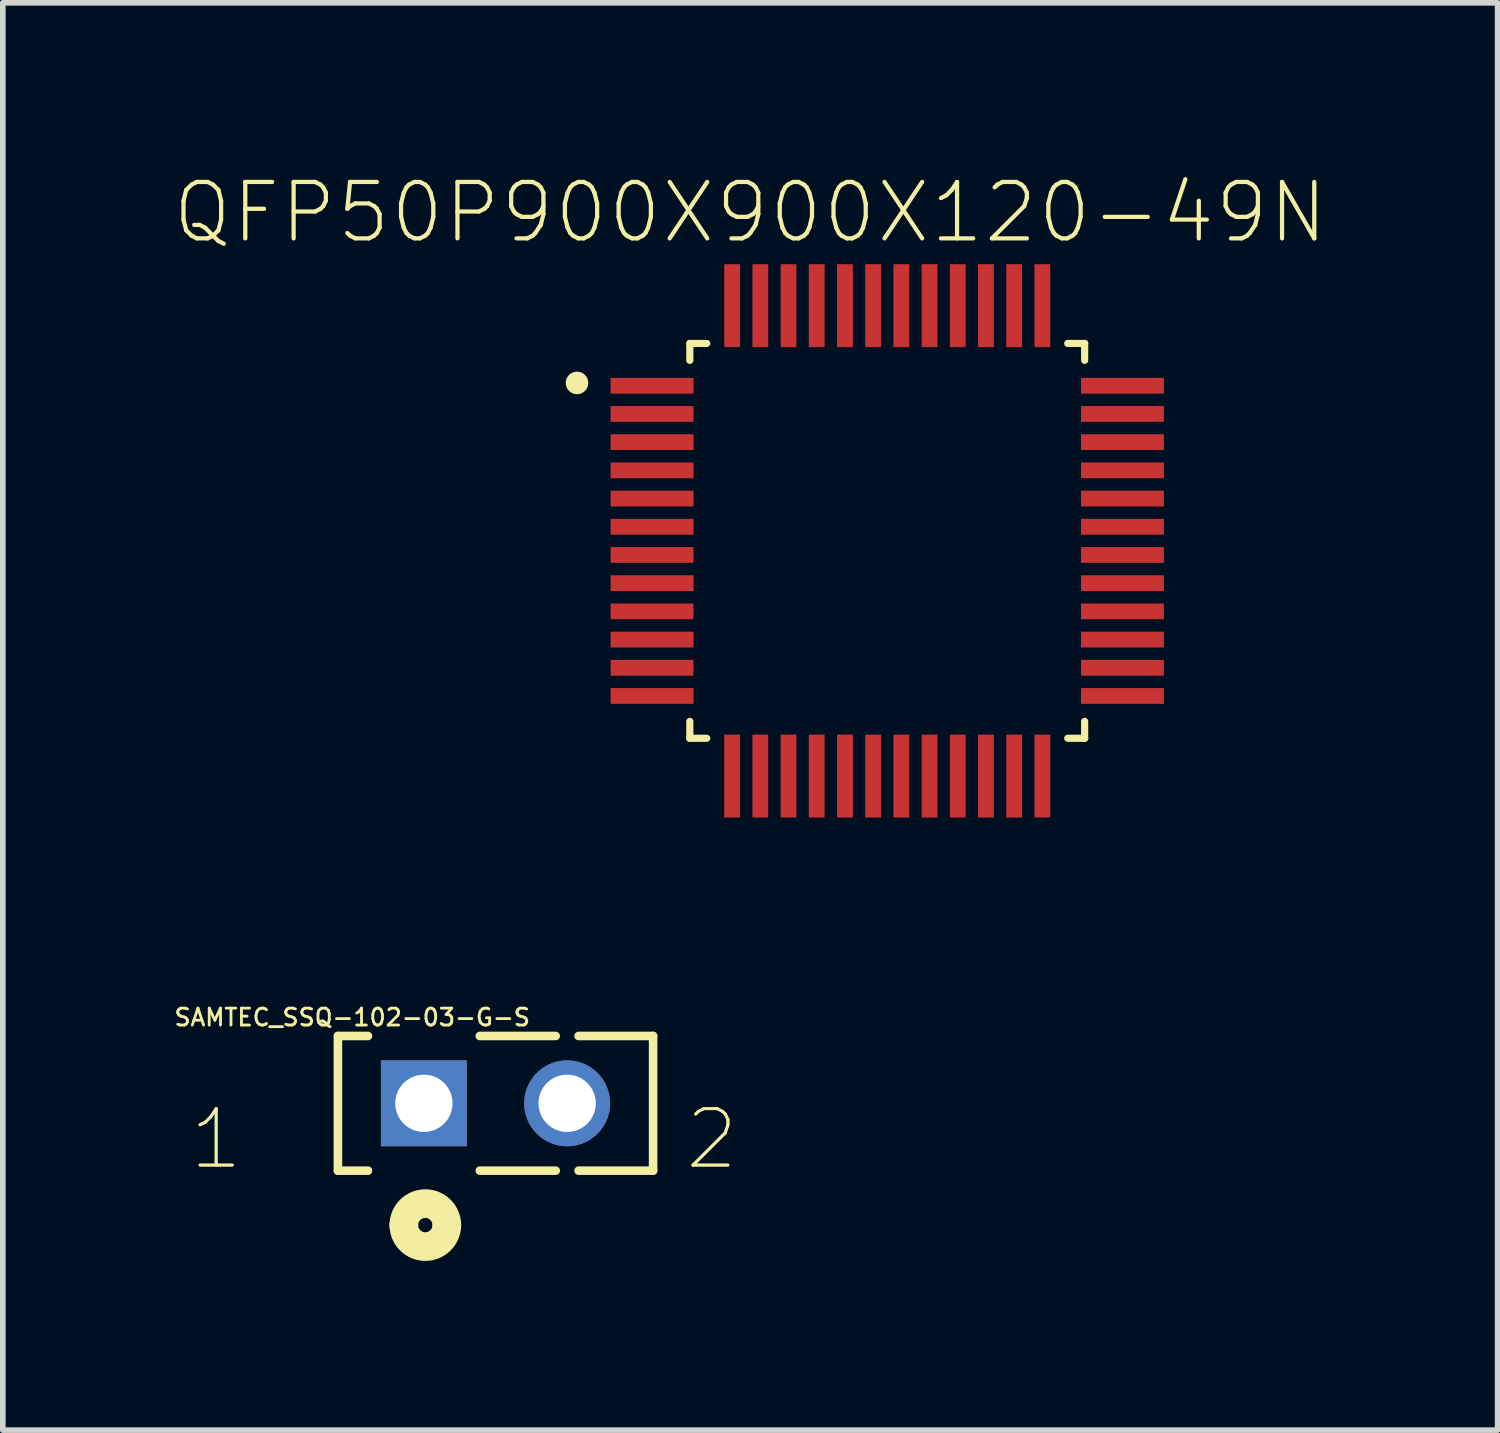
<source format=kicad_pcb>
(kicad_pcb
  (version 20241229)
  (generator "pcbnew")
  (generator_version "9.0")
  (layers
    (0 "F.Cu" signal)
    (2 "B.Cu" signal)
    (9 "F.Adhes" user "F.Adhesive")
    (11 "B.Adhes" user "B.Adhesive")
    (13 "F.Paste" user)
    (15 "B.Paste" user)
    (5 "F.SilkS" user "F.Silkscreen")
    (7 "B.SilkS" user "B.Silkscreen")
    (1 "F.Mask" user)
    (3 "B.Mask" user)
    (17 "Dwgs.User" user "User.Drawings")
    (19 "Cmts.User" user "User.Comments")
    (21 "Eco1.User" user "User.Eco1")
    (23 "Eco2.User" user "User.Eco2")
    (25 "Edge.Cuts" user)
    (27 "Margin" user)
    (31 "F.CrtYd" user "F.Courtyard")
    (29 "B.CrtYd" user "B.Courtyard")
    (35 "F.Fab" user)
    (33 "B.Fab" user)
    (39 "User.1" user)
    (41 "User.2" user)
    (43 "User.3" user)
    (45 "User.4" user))
  (footprint "QFP50P900X900X120-49N"
    (layer "F.Cu")
    (at 12.68 6.539)
    (property "Reference" "QFP50P900X900X120-49N" (at -2.429 -5.822 0) (layer "F.SilkS") (effects (font (size 1 1) (thickness 0.075))))
    (attr smd)
    (fp_line (start -3.5 -3.5) (end -3.2 -3.5) (stroke (width 0.127) (type solid)) (layer "F.SilkS"))
    (fp_line (start -3.5 -3.2) (end -3.5 -3.5) (stroke (width 0.127) (type solid)) (layer "F.SilkS"))
    (fp_line (start -3.5 3.5) (end -3.5 3.2) (stroke (width 0.127) (type solid)) (layer "F.SilkS"))
    (fp_line (start -3.2 3.5) (end -3.5 3.5) (stroke (width 0.127) (type solid)) (layer "F.SilkS"))
    (fp_line (start 3.2 -3.5) (end 3.5 -3.5) (stroke (width 0.127) (type solid)) (layer "F.SilkS"))
    (fp_line (start 3.5 -3.5) (end 3.5 -3.2) (stroke (width 0.127) (type solid)) (layer "F.SilkS"))
    (fp_line (start 3.5 3.2) (end 3.5 3.5) (stroke (width 0.127) (type solid)) (layer "F.SilkS"))
    (fp_line (start 3.5 3.5) (end 3.2 3.5) (stroke (width 0.127) (type solid)) (layer "F.SilkS"))
    (fp_circle (center -5.5 -2.8) (end -5.4 -2.8) (stroke (width 0.2) (type solid)) (fill no) (layer "F.SilkS"))
    (fp_line (start -5.16 -3.14) (end -3.75 -3.14) (stroke (width 0.05) (type solid)) (layer "Eco1.User"))
    (fp_line (start -5.16 3.14) (end -5.16 -3.14) (stroke (width 0.05) (type solid)) (layer "Eco1.User"))
    (fp_line (start -3.75 -3.75) (end -3.14 -3.75) (stroke (width 0.05) (type solid)) (layer "Eco1.User"))
    (fp_line (start -3.75 -3.14) (end -3.75 -3.75) (stroke (width 0.05) (type solid)) (layer "Eco1.User"))
    (fp_line (start -3.75 3.14) (end -5.16 3.14) (stroke (width 0.05) (type solid)) (layer "Eco1.User"))
    (fp_line (start -3.75 3.75) (end -3.75 3.14) (stroke (width 0.05) (type solid)) (layer "Eco1.User"))
    (fp_line (start -3.14 -5.16) (end 3.14 -5.16) (stroke (width 0.05) (type solid)) (layer "Eco1.User"))
    (fp_line (start -3.14 -3.75) (end -3.14 -5.16) (stroke (width 0.05) (type solid)) (layer "Eco1.User"))
    (fp_line (start -3.14 3.75) (end -3.75 3.75) (stroke (width 0.05) (type solid)) (layer "Eco1.User"))
    (fp_line (start -3.14 5.16) (end -3.14 3.75) (stroke (width 0.05) (type solid)) (layer "Eco1.User"))
    (fp_line (start 3.14 -5.16) (end 3.14 -3.75) (stroke (width 0.05) (type solid)) (layer "Eco1.User"))
    (fp_line (start 3.14 -3.75) (end 3.75 -3.75) (stroke (width 0.05) (type solid)) (layer "Eco1.User"))
    (fp_line (start 3.14 3.75) (end 3.14 5.16) (stroke (width 0.05) (type solid)) (layer "Eco1.User"))
    (fp_line (start 3.14 5.16) (end -3.14 5.16) (stroke (width 0.05) (type solid)) (layer "Eco1.User"))
    (fp_line (start 3.75 -3.75) (end 3.75 -3.14) (stroke (width 0.05) (type solid)) (layer "Eco1.User"))
    (fp_line (start 3.75 -3.14) (end 5.16 -3.14) (stroke (width 0.05) (type solid)) (layer "Eco1.User"))
    (fp_line (start 3.75 3.14) (end 3.75 3.75) (stroke (width 0.05) (type solid)) (layer "Eco1.User"))
    (fp_line (start 3.75 3.75) (end 3.14 3.75) (stroke (width 0.05) (type solid)) (layer "Eco1.User"))
    (fp_line (start 5.16 -3.14) (end 5.16 3.14) (stroke (width 0.05) (type solid)) (layer "Eco1.User"))
    (fp_line (start 5.16 3.14) (end 3.75 3.14) (stroke (width 0.05) (type solid)) (layer "Eco1.User"))
    (fp_line (start -3.5 -3.5) (end 3.5 -3.5) (stroke (width 0.127) (type solid)) (layer "Eco2.User"))
    (fp_line (start -3.5 3.5) (end -3.5 -3.5) (stroke (width 0.127) (type solid)) (layer "Eco2.User"))
    (fp_line (start 3.5 -3.5) (end 3.5 3.5) (stroke (width 0.127) (type solid)) (layer "Eco2.User"))
    (fp_line (start 3.5 3.5) (end -3.5 3.5) (stroke (width 0.127) (type solid)) (layer "Eco2.User"))
    (fp_circle (center -5.5 -2.8) (end -5.4 -2.8) (stroke (width 0.2) (type solid)) (fill no) (layer "Eco2.User"))
    (pad "1" smd rect (at -4.17 -2.75) (size 1.47 0.28) (layers "F.Cu" "F.Mask" "F.Paste"))
    (pad "2" smd rect (at -4.17 -2.25) (size 1.47 0.28) (layers "F.Cu" "F.Mask" "F.Paste"))
    (pad "3" smd rect (at -4.17 -1.75) (size 1.47 0.28) (layers "F.Cu" "F.Mask" "F.Paste"))
    (pad "4" smd rect (at -4.17 -1.25) (size 1.47 0.28) (layers "F.Cu" "F.Mask" "F.Paste"))
    (pad "5" smd rect (at -4.17 -0.75) (size 1.47 0.28) (layers "F.Cu" "F.Mask" "F.Paste"))
    (pad "6" smd rect (at -4.17 -0.25) (size 1.47 0.28) (layers "F.Cu" "F.Mask" "F.Paste"))
    (pad "7" smd rect (at -4.17 0.25) (size 1.47 0.28) (layers "F.Cu" "F.Mask" "F.Paste"))
    (pad "8" smd rect (at -4.17 0.75) (size 1.47 0.28) (layers "F.Cu" "F.Mask" "F.Paste"))
    (pad "9" smd rect (at -4.17 1.25) (size 1.47 0.28) (layers "F.Cu" "F.Mask" "F.Paste"))
    (pad "10" smd rect (at -4.17 1.75) (size 1.47 0.28) (layers "F.Cu" "F.Mask" "F.Paste"))
    (pad "11" smd rect (at -4.17 2.25) (size 1.47 0.28) (layers "F.Cu" "F.Mask" "F.Paste"))
    (pad "12" smd rect (at -4.17 2.75) (size 1.47 0.28) (layers "F.Cu" "F.Mask" "F.Paste"))
    (pad "13" smd rect (at -2.75 4.17 90) (size 1.47 0.28) (layers "F.Cu" "F.Mask" "F.Paste"))
    (pad "14" smd rect (at -2.25 4.17 90) (size 1.47 0.28) (layers "F.Cu" "F.Mask" "F.Paste"))
    (pad "15" smd rect (at -1.75 4.17 90) (size 1.47 0.28) (layers "F.Cu" "F.Mask" "F.Paste"))
    (pad "16" smd rect (at -1.25 4.17 90) (size 1.47 0.28) (layers "F.Cu" "F.Mask" "F.Paste"))
    (pad "17" smd rect (at -0.75 4.17 90) (size 1.47 0.28) (layers "F.Cu" "F.Mask" "F.Paste"))
    (pad "18" smd rect (at -0.25 4.17 90) (size 1.47 0.28) (layers "F.Cu" "F.Mask" "F.Paste"))
    (pad "19" smd rect (at 0.25 4.17 90) (size 1.47 0.28) (layers "F.Cu" "F.Mask" "F.Paste"))
    (pad "20" smd rect (at 0.75 4.17 90) (size 1.47 0.28) (layers "F.Cu" "F.Mask" "F.Paste"))
    (pad "21" smd rect (at 1.25 4.17 90) (size 1.47 0.28) (layers "F.Cu" "F.Mask" "F.Paste"))
    (pad "22" smd rect (at 1.75 4.17 90) (size 1.47 0.28) (layers "F.Cu" "F.Mask" "F.Paste"))
    (pad "23" smd rect (at 2.25 4.17 90) (size 1.47 0.28) (layers "F.Cu" "F.Mask" "F.Paste"))
    (pad "24" smd rect (at 2.75 4.17 90) (size 1.47 0.28) (layers "F.Cu" "F.Mask" "F.Paste"))
    (pad "25" smd rect (at 4.17 2.75 180) (size 1.47 0.28) (layers "F.Cu" "F.Mask" "F.Paste"))
    (pad "26" smd rect (at 4.17 2.25 180) (size 1.47 0.28) (layers "F.Cu" "F.Mask" "F.Paste"))
    (pad "27" smd rect (at 4.17 1.75 180) (size 1.47 0.28) (layers "F.Cu" "F.Mask" "F.Paste"))
    (pad "28" smd rect (at 4.17 1.25 180) (size 1.47 0.28) (layers "F.Cu" "F.Mask" "F.Paste"))
    (pad "29" smd rect (at 4.17 0.75 180) (size 1.47 0.28) (layers "F.Cu" "F.Mask" "F.Paste"))
    (pad "30" smd rect (at 4.17 0.25 180) (size 1.47 0.28) (layers "F.Cu" "F.Mask" "F.Paste"))
    (pad "31" smd rect (at 4.17 -0.25 180) (size 1.47 0.28) (layers "F.Cu" "F.Mask" "F.Paste"))
    (pad "32" smd rect (at 4.17 -0.75 180) (size 1.47 0.28) (layers "F.Cu" "F.Mask" "F.Paste"))
    (pad "33" smd rect (at 4.17 -1.25 180) (size 1.47 0.28) (layers "F.Cu" "F.Mask" "F.Paste"))
    (pad "34" smd rect (at 4.17 -1.75 180) (size 1.47 0.28) (layers "F.Cu" "F.Mask" "F.Paste"))
    (pad "35" smd rect (at 4.17 -2.25 180) (size 1.47 0.28) (layers "F.Cu" "F.Mask" "F.Paste"))
    (pad "36" smd rect (at 4.17 -2.75 180) (size 1.47 0.28) (layers "F.Cu" "F.Mask" "F.Paste"))
    (pad "37" smd rect (at 2.75 -4.17 270) (size 1.47 0.28) (layers "F.Cu" "F.Mask" "F.Paste"))
    (pad "38" smd rect (at 2.25 -4.17 270) (size 1.47 0.28) (layers "F.Cu" "F.Mask" "F.Paste"))
    (pad "39" smd rect (at 1.75 -4.17 270) (size 1.47 0.28) (layers "F.Cu" "F.Mask" "F.Paste"))
    (pad "40" smd rect (at 1.25 -4.17 270) (size 1.47 0.28) (layers "F.Cu" "F.Mask" "F.Paste"))
    (pad "41" smd rect (at 0.75 -4.17 270) (size 1.47 0.28) (layers "F.Cu" "F.Mask" "F.Paste"))
    (pad "42" smd rect (at 0.25 -4.17 270) (size 1.47 0.28) (layers "F.Cu" "F.Mask" "F.Paste"))
    (pad "43" smd rect (at -0.25 -4.17 270) (size 1.47 0.28) (layers "F.Cu" "F.Mask" "F.Paste"))
    (pad "44" smd rect (at -0.75 -4.17 270) (size 1.47 0.28) (layers "F.Cu" "F.Mask" "F.Paste"))
    (pad "45" smd rect (at -1.25 -4.17 270) (size 1.47 0.28) (layers "F.Cu" "F.Mask" "F.Paste"))
    (pad "46" smd rect (at -1.75 -4.17 270) (size 1.47 0.28) (layers "F.Cu" "F.Mask" "F.Paste"))
    (pad "47" smd rect (at -2.25 -4.17 270) (size 1.47 0.28) (layers "F.Cu" "F.Mask" "F.Paste"))
    (pad "48" smd rect (at -2.75 -4.17 270) (size 1.47 0.28) (layers "F.Cu" "F.Mask" "F.Paste")))
  (footprint "SAMTEC_SSQ-102-03-G-S"
    (layer "F.Cu")
    (at 7.005 16.511)
    (property "Reference" "SAMTEC_SSQ-102-03-G-S" (at -3.81 -1.524 0) (layer "F.SilkS") (effects (font (size 0.3 0.3) (thickness 0.05))))
    (attr through_hole)
    (fp_line (start -4.064 -1.194) (end -4.064 1.194) (stroke (width 0.152) (type solid)) (layer "F.SilkS"))
    (fp_line (start -4.064 1.194) (end -3.531 1.194) (stroke (width 0.152) (type solid)) (layer "F.SilkS"))
    (fp_line (start -3.531 -1.194) (end -4.064 -1.194) (stroke (width 0.152) (type solid)) (layer "F.SilkS"))
    (fp_line (start -1.549 1.194) (end -0.203 1.194) (stroke (width 0.152) (type solid)) (layer "F.SilkS"))
    (fp_line (start -0.203 -1.194) (end -1.549 -1.194) (stroke (width 0.152) (type solid)) (layer "F.SilkS"))
    (fp_line (start 0.203 1.194) (end 1.524 1.194) (stroke (width 0.152) (type solid)) (layer "F.SilkS"))
    (fp_line (start 1.524 -1.194) (end 0.203 -1.194) (stroke (width 0.152) (type solid)) (layer "F.SilkS"))
    (fp_line (start 1.524 1.194) (end 1.524 -1.194) (stroke (width 0.152) (type solid)) (layer "F.SilkS"))
    (fp_arc (start -2.8956 2.159) (mid -2.5146 1.778) (end -2.1336 2.159) (stroke (width 0.508) (type solid)) (layer "F.SilkS"))
    (fp_arc (start -2.1336 2.159) (mid -2.5146 2.54) (end -2.8956 2.159) (stroke (width 0.508) (type solid)) (layer "F.SilkS"))
    (fp_line (start -4.064 -1.194) (end -4.064 1.194) (stroke (width 0.152) (type solid)) (layer "Eco2.User"))
    (fp_line (start -4.064 1.194) (end 1.524 1.194) (stroke (width 0.152) (type solid)) (layer "Eco2.User"))
    (fp_line (start 1.524 -1.194) (end -4.064 -1.194) (stroke (width 0.152) (type solid)) (layer "Eco2.User"))
    (fp_line (start 1.524 1.194) (end 1.524 -1.194) (stroke (width 0.152) (type solid)) (layer "Eco2.User"))
    (fp_arc (start -2.8956 2.159) (mid -2.5146 1.778) (end -2.1336 2.159) (stroke (width 0.508) (type solid)) (layer "Eco2.User"))
    (fp_arc (start -2.1336 2.159) (mid -2.5146 2.54) (end -2.8956 2.159) (stroke (width 0.508) (type solid)) (layer "Eco2.User"))
    (fp_text user "1" (at -6.223 0.635 0) (layer "F.SilkS") (effects (font (size 1 1) (thickness 0.05))))
    (fp_text user "1" (at -6.223 0.635 0) (layer "F.SilkS") (effects (font (size 1 1) (thickness 0.05))))
    (fp_text user "2" (at 2.565 0.635 0) (layer "F.SilkS") (effects (font (size 1 1) (thickness 0.05))))
    (fp_text user "2" (at 2.565 0.635 0) (layer "F.SilkS") (effects (font (size 1 1) (thickness 0.05))))
    (fp_text user "2" (at 2.565 0.635 0) (layer "Edge.Cuts") (effects (font (size 1 1) (thickness 0.05))))
    (fp_text user "1" (at -6.223 0.635 0) (layer "Edge.Cuts") (effects (font (size 1 1) (thickness 0.05))))
    (fp_text user "1" (at -6.223 0.635 0) (layer "Edge.Cuts") (effects (font (size 1 1) (thickness 0.05))))
    (fp_text user "2" (at 2.565 0.635 0) (layer "Edge.Cuts") (effects (font (size 1 1) (thickness 0.05))))
    (pad "1" thru_hole rect (at -2.54 0) (size 1.524 1.524) (drill 1.016) (layers "*.Cu" "*.Mask"))
    (pad "2" thru_hole circle (at 0 0) (size 1.524 1.524) (drill 1.016) (layers "*.Cu" "*.Mask")))
  (gr_rect
    (start -3 -3)
    (end 23.501 22.305)
    (stroke (width 0.1) (type default))
    (fill no)
    (layer "Edge.Cuts")))
</source>
